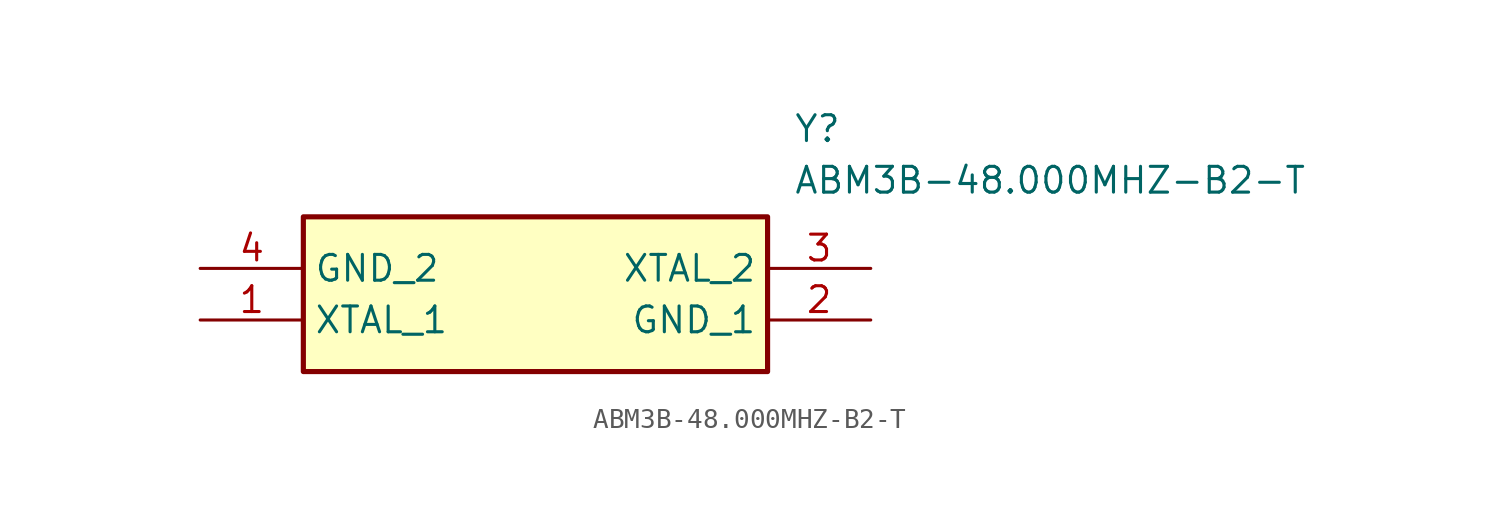
<source format=kicad_sym>
(kicad_symbol_lib
  (version 20211014)
  (generator SamacSys_ECAD_Model)
  (symbol "ABM3B-48.000MHZ-B2-T"
    (property "Reference" "Y"
      (at 29.21 7.62 0)
      (effects (font (size 1.27 1.27)) (justify left top)))
    (property "Value" "ABM3B-48.000MHZ-B2-T"
      (at 29.21 5.08 0)
      (effects (font (size 1.27 1.27)) (justify left top)))
    (rectangle
      (start 5.08 2.54)
      (end 27.94 -5.08)
      (stroke (width 0.254) (type default))
      (fill (type background)))
    (pin passive line
      (at 0 -2.54 0)
      (length 5.08)
      (name "XTAL_1" (effects (font (size 1.27 1.27))))
      (number "1" (effects (font (size 1.27 1.27)))))
    (pin passive line
      (at 33.02 -2.54 180)
      (length 5.08)
      (name "GND_1" (effects (font (size 1.27 1.27))))
      (number "2" (effects (font (size 1.27 1.27)))))
    (pin passive line
      (at 33.02 0 180)
      (length 5.08)
      (name "XTAL_2" (effects (font (size 1.27 1.27))))
      (number "3" (effects (font (size 1.27 1.27)))))
    (pin passive line
      (at 0 0 0)
      (length 5.08)
      (name "GND_2" (effects (font (size 1.27 1.27))))
      (number "4" (effects (font (size 1.27 1.27)))))))
</source>
